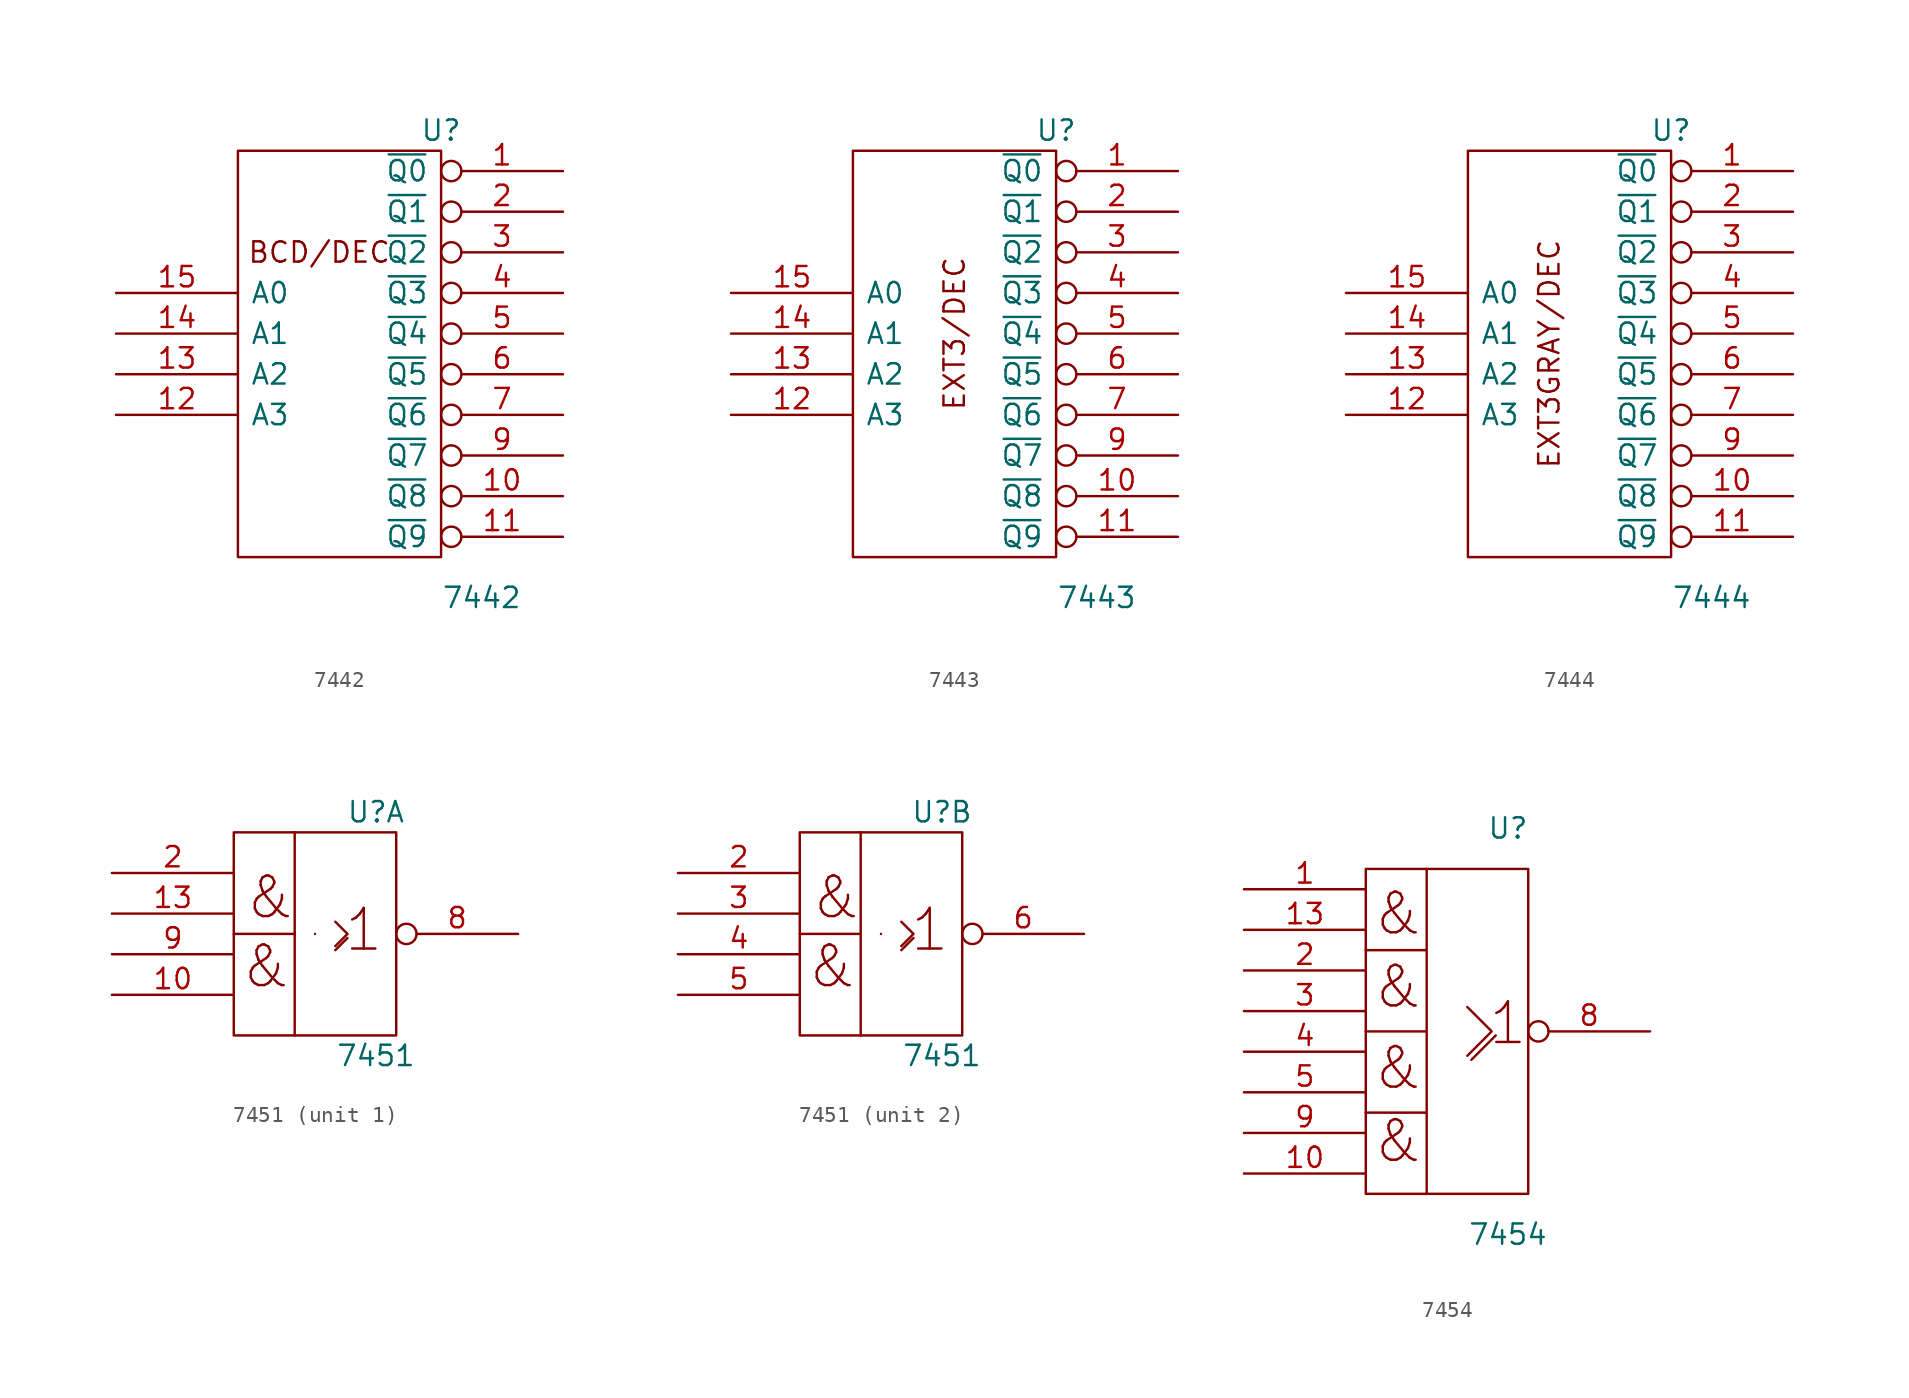
<source format=kicad_sym>
(kicad_symbol_lib
  (version 20231120)
  (generator "kicad_symbol_editor")
  (generator_version "8.0")
  (symbol "7442"
    (pin_names
      (offset 0.762))
    (property "Reference" "U"
      (at 6.35 13.97 0)
      (effects (font (size 1.27 1.27))))
    (property "Value" "7442"
      (at 8.89 -15.24 0)
      (effects (font (size 1.27 1.27))))
    (symbol "7442_0_0"
      (rectangle (start -6.35 12.7) (end 6.35 -12.7) (stroke (width 0) (type default)) (fill (type none)))
      (text "BCD/DEC" (at -1.27 6.35 0) (effects (font (size 1.27 1.27))))
      (pin power_in line (at 0 12.7 270) (length 0) hide (name "VCC" (effects (font (size 1.27 1.27)))) (number "16" (effects (font (size 1.27 1.27)))))
      (pin power_in line (at 0 -12.7 90) (length 0) hide (name "GND" (effects (font (size 1.27 1.27)))) (number "8" (effects (font (size 1.27 1.27))))))
    (symbol "7442_1_1"
      (pin output inverted (at 13.97 11.43 180) (length 7.62) (name "~{Q0}" (effects (font (size 1.27 1.27)))) (number "1" (effects (font (size 1.27 1.27)))))
      (pin output inverted (at 13.97 -8.89 180) (length 7.62) (name "~{Q8}" (effects (font (size 1.27 1.27)))) (number "10" (effects (font (size 1.27 1.27)))))
      (pin output inverted (at 13.97 -11.43 180) (length 7.62) (name "~{Q9}" (effects (font (size 1.27 1.27)))) (number "11" (effects (font (size 1.27 1.27)))))
      (pin input line (at -13.97 -3.81 0) (length 7.62) (name "A3" (effects (font (size 1.27 1.27)))) (number "12" (effects (font (size 1.27 1.27)))))
      (pin input line (at -13.97 -1.27 0) (length 7.62) (name "A2" (effects (font (size 1.27 1.27)))) (number "13" (effects (font (size 1.27 1.27)))))
      (pin input line (at -13.97 1.27 0) (length 7.62) (name "A1" (effects (font (size 1.27 1.27)))) (number "14" (effects (font (size 1.27 1.27)))))
      (pin input line (at -13.97 3.81 0) (length 7.62) (name "A0" (effects (font (size 1.27 1.27)))) (number "15" (effects (font (size 1.27 1.27)))))
      (pin output inverted (at 13.97 8.89 180) (length 7.62) (name "~{Q1}" (effects (font (size 1.27 1.27)))) (number "2" (effects (font (size 1.27 1.27)))))
      (pin output inverted (at 13.97 6.35 180) (length 7.62) (name "~{Q2}" (effects (font (size 1.27 1.27)))) (number "3" (effects (font (size 1.27 1.27)))))
      (pin output inverted (at 13.97 3.81 180) (length 7.62) (name "~{Q3}" (effects (font (size 1.27 1.27)))) (number "4" (effects (font (size 1.27 1.27)))))
      (pin output inverted (at 13.97 1.27 180) (length 7.62) (name "~{Q4}" (effects (font (size 1.27 1.27)))) (number "5" (effects (font (size 1.27 1.27)))))
      (pin output inverted (at 13.97 -1.27 180) (length 7.62) (name "~{Q5}" (effects (font (size 1.27 1.27)))) (number "6" (effects (font (size 1.27 1.27)))))
      (pin output inverted (at 13.97 -3.81 180) (length 7.62) (name "~{Q6}" (effects (font (size 1.27 1.27)))) (number "7" (effects (font (size 1.27 1.27)))))
      (pin output inverted (at 13.97 -6.35 180) (length 7.62) (name "~{Q7}" (effects (font (size 1.27 1.27)))) (number "9" (effects (font (size 1.27 1.27)))))))
  (symbol "7443"
    (pin_names
      (offset 0.762))
    (property "Reference" "U"
      (at 6.35 13.97 0)
      (effects (font (size 1.27 1.27))))
    (property "Value" "7443"
      (at 8.89 -15.24 0)
      (effects (font (size 1.27 1.27))))
    (symbol "7443_0_0"
      (rectangle (start -6.35 12.7) (end 6.35 -12.7) (stroke (width 0) (type default)) (fill (type none)))
      (text "EXT3/DEC" (at 0 1.27 900) (effects (font (size 1.27 1.27))))
      (pin power_in line (at 0 12.7 270) (length 0) hide (name "VCC" (effects (font (size 1.27 1.27)))) (number "16" (effects (font (size 1.27 1.27)))))
      (pin power_in line (at 0 -12.7 90) (length 0) hide (name "GND" (effects (font (size 1.27 1.27)))) (number "8" (effects (font (size 1.27 1.27))))))
    (symbol "7443_1_1"
      (pin output inverted (at 13.97 11.43 180) (length 7.62) (name "~{Q0}" (effects (font (size 1.27 1.27)))) (number "1" (effects (font (size 1.27 1.27)))))
      (pin output inverted (at 13.97 -8.89 180) (length 7.62) (name "~{Q8}" (effects (font (size 1.27 1.27)))) (number "10" (effects (font (size 1.27 1.27)))))
      (pin output inverted (at 13.97 -11.43 180) (length 7.62) (name "~{Q9}" (effects (font (size 1.27 1.27)))) (number "11" (effects (font (size 1.27 1.27)))))
      (pin input line (at -13.97 -3.81 0) (length 7.62) (name "A3" (effects (font (size 1.27 1.27)))) (number "12" (effects (font (size 1.27 1.27)))))
      (pin input line (at -13.97 -1.27 0) (length 7.62) (name "A2" (effects (font (size 1.27 1.27)))) (number "13" (effects (font (size 1.27 1.27)))))
      (pin input line (at -13.97 1.27 0) (length 7.62) (name "A1" (effects (font (size 1.27 1.27)))) (number "14" (effects (font (size 1.27 1.27)))))
      (pin input line (at -13.97 3.81 0) (length 7.62) (name "A0" (effects (font (size 1.27 1.27)))) (number "15" (effects (font (size 1.27 1.27)))))
      (pin output inverted (at 13.97 8.89 180) (length 7.62) (name "~{Q1}" (effects (font (size 1.27 1.27)))) (number "2" (effects (font (size 1.27 1.27)))))
      (pin output inverted (at 13.97 6.35 180) (length 7.62) (name "~{Q2}" (effects (font (size 1.27 1.27)))) (number "3" (effects (font (size 1.27 1.27)))))
      (pin output inverted (at 13.97 3.81 180) (length 7.62) (name "~{Q3}" (effects (font (size 1.27 1.27)))) (number "4" (effects (font (size 1.27 1.27)))))
      (pin output inverted (at 13.97 1.27 180) (length 7.62) (name "~{Q4}" (effects (font (size 1.27 1.27)))) (number "5" (effects (font (size 1.27 1.27)))))
      (pin output inverted (at 13.97 -1.27 180) (length 7.62) (name "~{Q5}" (effects (font (size 1.27 1.27)))) (number "6" (effects (font (size 1.27 1.27)))))
      (pin output inverted (at 13.97 -3.81 180) (length 7.62) (name "~{Q6}" (effects (font (size 1.27 1.27)))) (number "7" (effects (font (size 1.27 1.27)))))
      (pin output inverted (at 13.97 -6.35 180) (length 7.62) (name "~{Q7}" (effects (font (size 1.27 1.27)))) (number "9" (effects (font (size 1.27 1.27)))))))
  (symbol "7444"
    (pin_names
      (offset 0.762))
    (property "Reference" "U"
      (at 6.35 13.97 0)
      (effects (font (size 1.27 1.27))))
    (property "Value" "7444"
      (at 8.89 -15.24 0)
      (effects (font (size 1.27 1.27))))
    (symbol "7444_0_0"
      (rectangle (start -6.35 12.7) (end 6.35 -12.7) (stroke (width 0) (type default)) (fill (type none)))
      (text "EXT3GRAY/DEC" (at -1.27 0 900) (effects (font (size 1.27 1.27))))
      (pin power_in line (at 0 12.7 270) (length 0) hide (name "VCC" (effects (font (size 1.27 1.27)))) (number "16" (effects (font (size 1.27 1.27)))))
      (pin power_in line (at 0 -12.7 90) (length 0) hide (name "GND" (effects (font (size 1.27 1.27)))) (number "8" (effects (font (size 1.27 1.27))))))
    (symbol "7444_1_1"
      (pin output inverted (at 13.97 11.43 180) (length 7.62) (name "~{Q0}" (effects (font (size 1.27 1.27)))) (number "1" (effects (font (size 1.27 1.27)))))
      (pin output inverted (at 13.97 -8.89 180) (length 7.62) (name "~{Q8}" (effects (font (size 1.27 1.27)))) (number "10" (effects (font (size 1.27 1.27)))))
      (pin output inverted (at 13.97 -11.43 180) (length 7.62) (name "~{Q9}" (effects (font (size 1.27 1.27)))) (number "11" (effects (font (size 1.27 1.27)))))
      (pin input line (at -13.97 -3.81 0) (length 7.62) (name "A3" (effects (font (size 1.27 1.27)))) (number "12" (effects (font (size 1.27 1.27)))))
      (pin input line (at -13.97 -1.27 0) (length 7.62) (name "A2" (effects (font (size 1.27 1.27)))) (number "13" (effects (font (size 1.27 1.27)))))
      (pin input line (at -13.97 1.27 0) (length 7.62) (name "A1" (effects (font (size 1.27 1.27)))) (number "14" (effects (font (size 1.27 1.27)))))
      (pin input line (at -13.97 3.81 0) (length 7.62) (name "A0" (effects (font (size 1.27 1.27)))) (number "15" (effects (font (size 1.27 1.27)))))
      (pin output inverted (at 13.97 8.89 180) (length 7.62) (name "~{Q1}" (effects (font (size 1.27 1.27)))) (number "2" (effects (font (size 1.27 1.27)))))
      (pin output inverted (at 13.97 6.35 180) (length 7.62) (name "~{Q2}" (effects (font (size 1.27 1.27)))) (number "3" (effects (font (size 1.27 1.27)))))
      (pin output inverted (at 13.97 3.81 180) (length 7.62) (name "~{Q3}" (effects (font (size 1.27 1.27)))) (number "4" (effects (font (size 1.27 1.27)))))
      (pin output inverted (at 13.97 1.27 180) (length 7.62) (name "~{Q4}" (effects (font (size 1.27 1.27)))) (number "5" (effects (font (size 1.27 1.27)))))
      (pin output inverted (at 13.97 -1.27 180) (length 7.62) (name "~{Q5}" (effects (font (size 1.27 1.27)))) (number "6" (effects (font (size 1.27 1.27)))))
      (pin output inverted (at 13.97 -3.81 180) (length 7.62) (name "~{Q6}" (effects (font (size 1.27 1.27)))) (number "7" (effects (font (size 1.27 1.27)))))
      (pin output inverted (at 13.97 -6.35 180) (length 7.62) (name "~{Q7}" (effects (font (size 1.27 1.27)))) (number "9" (effects (font (size 1.27 1.27)))))))
  (symbol "7451"
    (pin_names
      (offset 0.762))
    (property "Reference" "U"
      (at 3.81 7.62 0)
      (effects (font (size 1.27 1.27))))
    (property "Value" "7451"
      (at 3.81 -7.62 0)
      (effects (font (size 1.27 1.27))))
    (symbol "7451_0_0"
      (rectangle (start 0 0) (end 0 0) (stroke (width 0) (type default)) (fill (type none)))
      (polyline (pts (xy 1.27 -1.016) (xy 2.032 -0.254) (xy 2.032 -0.254)) (stroke (width 0) (type default)) (fill (type none)))
      (polyline (pts (xy 1.27 0.762) (xy 2.032 0) (xy 1.27 -0.762) (xy 1.27 -0.762)) (stroke (width 0) (type default)) (fill (type none)))
      (text "&" (at -3.048 -2.032 0) (effects (font (size 2.54 2.54))))
      (text "&" (at -2.794 2.286 0) (effects (font (size 2.54 2.54))))
      (text "1" (at 3.048 0.254 0) (effects (font (size 2.54 2.54)))))
    (symbol "7451_0_1"
      (rectangle (start -5.08 6.35) (end 5.08 -6.35) (stroke (width 0) (type default)) (fill (type none)))
      (polyline (pts (xy -1.27 0) (xy -1.27 -6.35) (xy -1.27 -6.35)) (stroke (width 0) (type default)) (fill (type none)))
      (polyline (pts (xy -1.27 6.35) (xy -1.27 0) (xy -5.08 0) (xy -5.08 0)) (stroke (width 0) (type default)) (fill (type none)))
      (pin power_in line (at 0 6.35 270) (length 0) hide (name "VCC" (effects (font (size 1.27 1.27)))) (number "14" (effects (font (size 1.27 1.27)))))
      (pin power_in line (at 0 -6.35 90) (length 0) hide (name "GND" (effects (font (size 1.27 1.27)))) (number "7" (effects (font (size 1.27 1.27))))))
    (symbol "7451_1_1"
      (pin input line (at -12.7 -3.81 0) (length 7.62) (name "~" (effects (font (size 1.27 1.27)))) (number "10" (effects (font (size 1.27 1.27)))))
      (pin input line (at -12.7 1.27 0) (length 7.62) (name "~" (effects (font (size 1.27 1.27)))) (number "13" (effects (font (size 1.27 1.27)))))
      (pin input line (at -12.7 3.81 0) (length 7.62) (name "~" (effects (font (size 1.27 1.27)))) (number "2" (effects (font (size 1.27 1.27)))))
      (pin output inverted (at 12.7 0 180) (length 7.62) (name "~" (effects (font (size 1.27 1.27)))) (number "8" (effects (font (size 1.27 1.27)))))
      (pin input line (at -12.7 -1.27 0) (length 7.62) (name "~" (effects (font (size 1.27 1.27)))) (number "9" (effects (font (size 1.27 1.27))))))
    (symbol "7451_2_1"
      (pin input line (at -12.7 3.81 0) (length 7.62) (name "~" (effects (font (size 1.27 1.27)))) (number "2" (effects (font (size 1.27 1.27)))))
      (pin input line (at -12.7 1.27 0) (length 7.62) (name "~" (effects (font (size 1.27 1.27)))) (number "3" (effects (font (size 1.27 1.27)))))
      (pin input line (at -12.7 -1.27 0) (length 7.62) (name "~" (effects (font (size 1.27 1.27)))) (number "4" (effects (font (size 1.27 1.27)))))
      (pin input line (at -12.7 -3.81 0) (length 7.62) (name "~" (effects (font (size 1.27 1.27)))) (number "5" (effects (font (size 1.27 1.27)))))
      (pin output inverted (at 12.7 0 180) (length 7.62) (name "~" (effects (font (size 1.27 1.27)))) (number "6" (effects (font (size 1.27 1.27)))))))
  (symbol "7454"
    (pin_names
      (offset 0.762))
    (property "Reference" "U"
      (at 3.81 12.7 0)
      (effects (font (size 1.27 1.27))))
    (property "Value" "7454"
      (at 3.81 -12.7 0)
      (effects (font (size 1.27 1.27))))
    (symbol "7454_0_0"
      (polyline (pts (xy 1.524 -1.778) (xy 3.048 -0.254) (xy 3.048 -0.254)) (stroke (width 0) (type default)) (fill (type none)))
      (polyline (pts (xy 1.27 1.524) (xy 2.794 0) (xy 1.27 -1.524) (xy 1.27 -1.524)) (stroke (width 0) (type default)) (fill (type none)))
      (text "&" (at -3.048 -6.858 0) (effects (font (size 2.54 2.54))))
      (text "&" (at -3.048 -2.286 0) (effects (font (size 2.54 2.54))))
      (text "&" (at -3.048 2.794 0) (effects (font (size 2.54 2.54))))
      (text "&" (at -3.048 7.366 0) (effects (font (size 2.54 2.54))))
      (text "1" (at 3.81 0.508 0) (effects (font (size 2.54 2.54))))
      (pin power_in line (at 0 10.16 270) (length 0) hide (name "VCC" (effects (font (size 1.27 1.27)))) (number "14" (effects (font (size 1.27 1.27))))))
    (symbol "7454_0_1"
      (rectangle (start -5.08 10.16) (end 5.08 -10.16) (stroke (width 0) (type default)) (fill (type none)))
      (polyline (pts (xy -1.27 10.16) (xy -1.27 5.08) (xy -5.08 5.08) (xy -1.27 5.08) (xy -1.27 0) (xy -5.08 0) (xy -1.27 0) (xy -1.27 -5.08) (xy -5.08 -5.08) (xy -1.27 -5.08) (xy -1.27 -10.16) (xy -1.27 -10.16)) (stroke (width 0) (type default)) (fill (type none)))
      (pin power_in line (at 0 -10.16 90) (length 0) hide (name "GND" (effects (font (size 1.27 1.27)))) (number "7" (effects (font (size 1.27 1.27))))))
    (symbol "7454_1_1"
      (pin input line (at -12.7 8.89 0) (length 7.62) (name "~" (effects (font (size 1.27 1.27)))) (number "1" (effects (font (size 1.27 1.27)))))
      (pin input line (at -12.7 -8.89 0) (length 7.62) (name "~" (effects (font (size 1.27 1.27)))) (number "10" (effects (font (size 1.27 1.27)))))
      (pin input line (at -12.7 6.35 0) (length 7.62) (name "~" (effects (font (size 1.27 1.27)))) (number "13" (effects (font (size 1.27 1.27)))))
      (pin input line (at -12.7 3.81 0) (length 7.62) (name "~" (effects (font (size 1.27 1.27)))) (number "2" (effects (font (size 1.27 1.27)))))
      (pin input line (at -12.7 1.27 0) (length 7.62) (name "~" (effects (font (size 1.27 1.27)))) (number "3" (effects (font (size 1.27 1.27)))))
      (pin input line (at -12.7 -1.27 0) (length 7.62) (name "~" (effects (font (size 1.27 1.27)))) (number "4" (effects (font (size 1.27 1.27)))))
      (pin input line (at -12.7 -3.81 0) (length 7.62) (name "~" (effects (font (size 1.27 1.27)))) (number "5" (effects (font (size 1.27 1.27)))))
      (pin output inverted (at 12.7 0 180) (length 7.62) (name "~" (effects (font (size 1.27 1.27)))) (number "8" (effects (font (size 1.27 1.27)))))
      (pin input line (at -12.7 -6.35 0) (length 7.62) (name "~" (effects (font (size 1.27 1.27)))) (number "9" (effects (font (size 1.27 1.27))))))))
</source>
